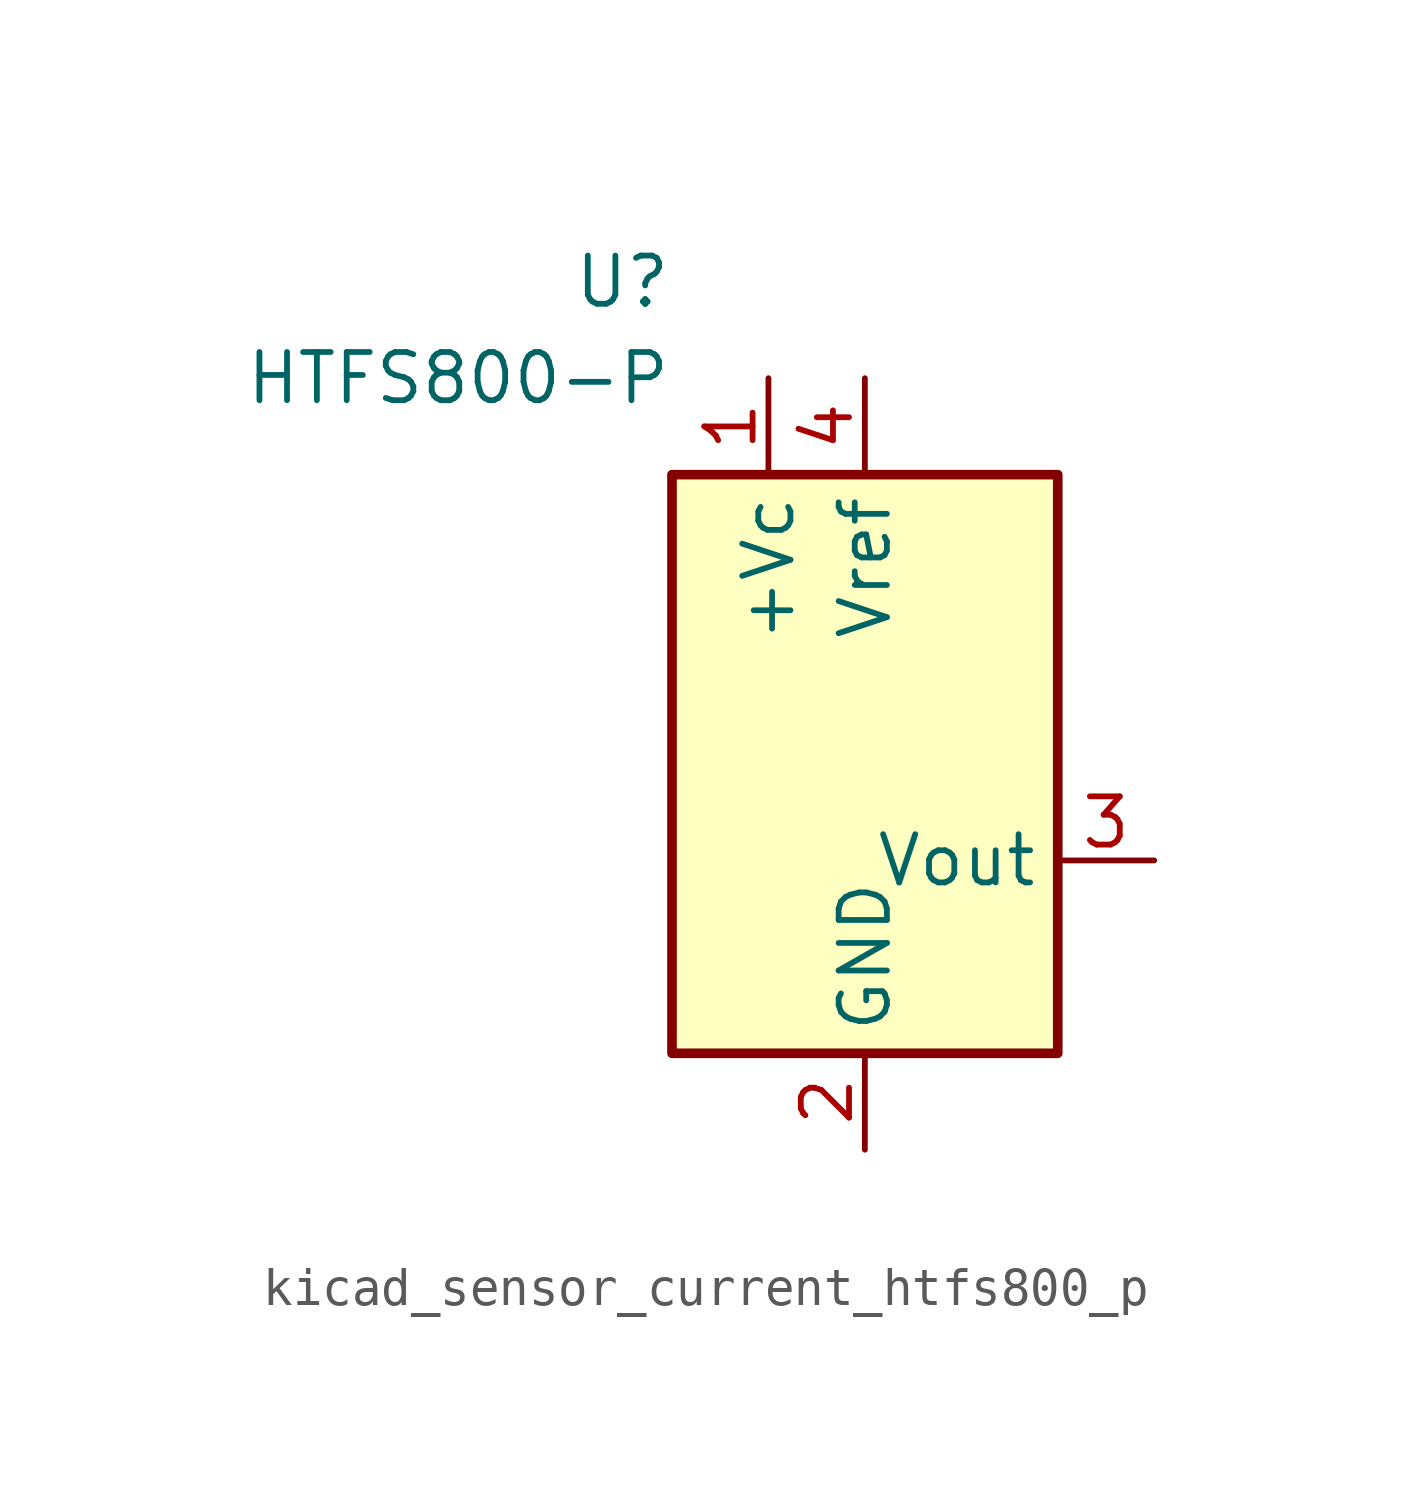
<source format=kicad_sym>
(kicad_symbol_lib
  (version 20220914)
  (generator kicad_symbol_editor)
  (symbol "kicad_sensor_current_htfs800_p"
    (property "Reference" "U"
      (at 0 12.7 0)
      (effects (font (size 1.27 1.27)) (justify right)))
    (property "Value" "HTFS800-P"
      (at 0 10.16 0)
      (effects (font (size 1.27 1.27)) (justify right)))
    (symbol "kicad_sensor_current_htfs800_p_0_1"
      (rectangle (start 0 7.62) (end 10.16 -7.62) (stroke (width 0.254) (type default)) (fill (type background))))
    (symbol "kicad_sensor_current_htfs800_p_1_1"
      (pin power_in line (at 2.54 10.16 270) (length 2.54) (name "+Vc" (effects (font (size 1.27 1.27)))) (number "1" (effects (font (size 1.27 1.27)))))
      (pin power_in line (at 5.08 -10.16 90) (length 2.54) (name "GND" (effects (font (size 1.27 1.27)))) (number "2" (effects (font (size 1.27 1.27)))))
      (pin output line (at 12.7 -2.54 180) (length 2.54) (name "Vout" (effects (font (size 1.27 1.27)))) (number "3" (effects (font (size 1.27 1.27)))))
      (pin passive line (at 5.08 10.16 270) (length 2.54) (name "Vref" (effects (font (size 1.27 1.27)))) (number "4" (effects (font (size 1.27 1.27))))))))
</source>
